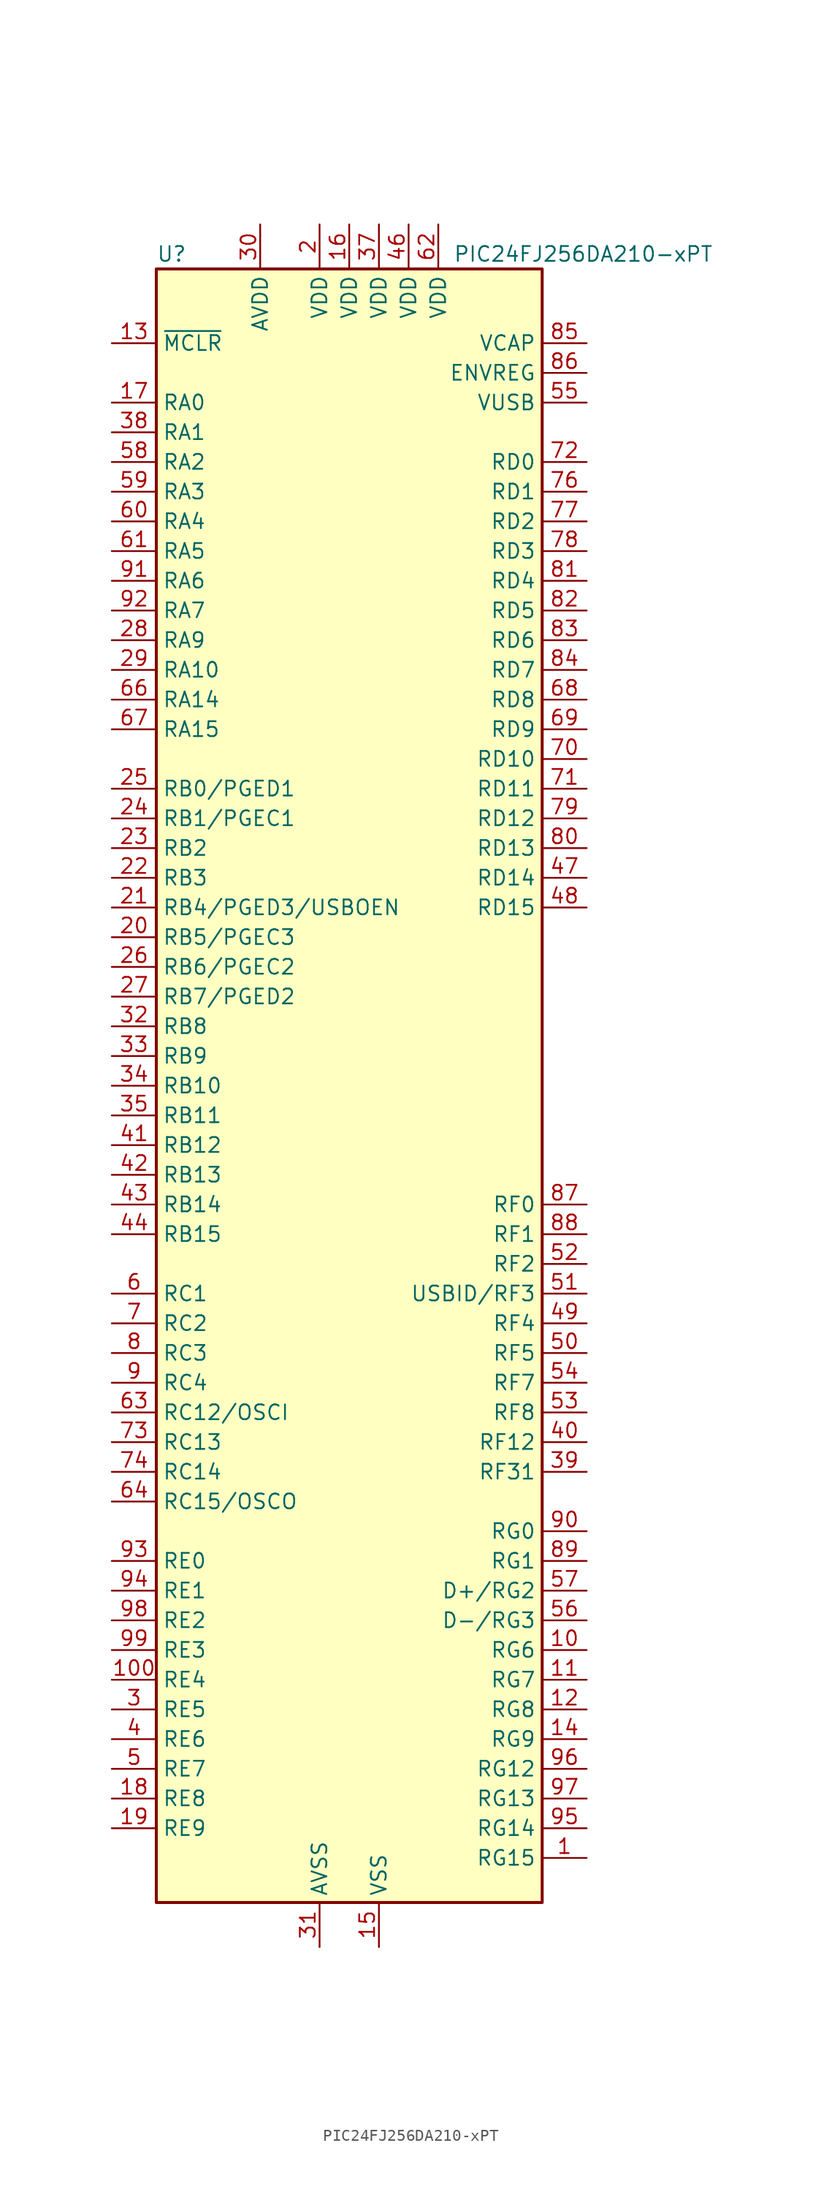
<source format=kicad_sym>
(kicad_symbol_lib
  (version 20231120)
  (generator "kicad_symbol_editor")
  (generator_version "8.0")
  (symbol "PIC24FJ256DA210-xPT"
    (property "Reference" "U"
      (at -16.51 71.12 0)
      (effects (font (size 1.27 1.27)) (justify left)))
    (property "Value" "PIC24FJ256DA210-xPT"
      (at 8.89 71.12 0)
      (effects (font (size 1.27 1.27)) (justify left)))
    (symbol "PIC24FJ256DA210-xPT_1_1"
      (rectangle (start -16.51 69.85) (end 16.51 -69.85) (stroke (width 0.254) (type default)) (fill (type background)))
      (pin bidirectional line (at 20.32 -66.04 180) (length 3.81) (name "RG15" (effects (font (size 1.27 1.27)))) (number "1" (effects (font (size 1.27 1.27)))))
      (pin bidirectional line (at 20.32 -48.26 180) (length 3.81) (name "RG6" (effects (font (size 1.27 1.27)))) (number "10" (effects (font (size 1.27 1.27)))))
      (pin bidirectional line (at -20.32 -50.8 0) (length 3.81) (name "RE4" (effects (font (size 1.27 1.27)))) (number "100" (effects (font (size 1.27 1.27)))))
      (pin bidirectional line (at 20.32 -50.8 180) (length 3.81) (name "RG7" (effects (font (size 1.27 1.27)))) (number "11" (effects (font (size 1.27 1.27)))))
      (pin bidirectional line (at 20.32 -53.34 180) (length 3.81) (name "RG8" (effects (font (size 1.27 1.27)))) (number "12" (effects (font (size 1.27 1.27)))))
      (pin input line (at -20.32 63.5 0) (length 3.81) (name "~{MCLR}" (effects (font (size 1.27 1.27)))) (number "13" (effects (font (size 1.27 1.27)))))
      (pin bidirectional line (at 20.32 -55.88 180) (length 3.81) (name "RG9" (effects (font (size 1.27 1.27)))) (number "14" (effects (font (size 1.27 1.27)))))
      (pin power_in line (at 2.54 -73.66 90) (length 3.81) (name "VSS" (effects (font (size 1.27 1.27)))) (number "15" (effects (font (size 1.27 1.27)))))
      (pin power_in line (at 0 73.66 270) (length 3.81) (name "VDD" (effects (font (size 1.27 1.27)))) (number "16" (effects (font (size 1.27 1.27)))))
      (pin bidirectional line (at -20.32 58.42 0) (length 3.81) (name "RA0" (effects (font (size 1.27 1.27)))) (number "17" (effects (font (size 1.27 1.27)))))
      (pin bidirectional line (at -20.32 -60.96 0) (length 3.81) (name "RE8" (effects (font (size 1.27 1.27)))) (number "18" (effects (font (size 1.27 1.27)))))
      (pin bidirectional line (at -20.32 -63.5 0) (length 3.81) (name "RE9" (effects (font (size 1.27 1.27)))) (number "19" (effects (font (size 1.27 1.27)))))
      (pin power_in line (at -2.54 73.66 270) (length 3.81) (name "VDD" (effects (font (size 1.27 1.27)))) (number "2" (effects (font (size 1.27 1.27)))))
      (pin bidirectional line (at -20.32 12.7 0) (length 3.81) (name "RB5/PGEC3" (effects (font (size 1.27 1.27)))) (number "20" (effects (font (size 1.27 1.27)))))
      (pin bidirectional line (at -20.32 15.24 0) (length 3.81) (name "RB4/PGED3/USBOEN" (effects (font (size 1.27 1.27)))) (number "21" (effects (font (size 1.27 1.27)))))
      (pin bidirectional line (at -20.32 17.78 0) (length 3.81) (name "RB3" (effects (font (size 1.27 1.27)))) (number "22" (effects (font (size 1.27 1.27)))))
      (pin bidirectional line (at -20.32 20.32 0) (length 3.81) (name "RB2" (effects (font (size 1.27 1.27)))) (number "23" (effects (font (size 1.27 1.27)))))
      (pin bidirectional line (at -20.32 22.86 0) (length 3.81) (name "RB1/PGEC1" (effects (font (size 1.27 1.27)))) (number "24" (effects (font (size 1.27 1.27)))))
      (pin bidirectional line (at -20.32 25.4 0) (length 3.81) (name "RB0/PGED1" (effects (font (size 1.27 1.27)))) (number "25" (effects (font (size 1.27 1.27)))))
      (pin bidirectional line (at -20.32 10.16 0) (length 3.81) (name "RB6/PGEC2" (effects (font (size 1.27 1.27)))) (number "26" (effects (font (size 1.27 1.27)))))
      (pin bidirectional line (at -20.32 7.62 0) (length 3.81) (name "RB7/PGED2" (effects (font (size 1.27 1.27)))) (number "27" (effects (font (size 1.27 1.27)))))
      (pin bidirectional line (at -20.32 38.1 0) (length 3.81) (name "RA9" (effects (font (size 1.27 1.27)))) (number "28" (effects (font (size 1.27 1.27)))))
      (pin bidirectional line (at -20.32 35.56 0) (length 3.81) (name "RA10" (effects (font (size 1.27 1.27)))) (number "29" (effects (font (size 1.27 1.27)))))
      (pin bidirectional line (at -20.32 -53.34 0) (length 3.81) (name "RE5" (effects (font (size 1.27 1.27)))) (number "3" (effects (font (size 1.27 1.27)))))
      (pin power_in line (at -7.62 73.66 270) (length 3.81) (name "AVDD" (effects (font (size 1.27 1.27)))) (number "30" (effects (font (size 1.27 1.27)))))
      (pin power_in line (at -2.54 -73.66 90) (length 3.81) (name "AVSS" (effects (font (size 1.27 1.27)))) (number "31" (effects (font (size 1.27 1.27)))))
      (pin bidirectional line (at -20.32 5.08 0) (length 3.81) (name "RB8" (effects (font (size 1.27 1.27)))) (number "32" (effects (font (size 1.27 1.27)))))
      (pin bidirectional line (at -20.32 2.54 0) (length 3.81) (name "RB9" (effects (font (size 1.27 1.27)))) (number "33" (effects (font (size 1.27 1.27)))))
      (pin bidirectional line (at -20.32 0 0) (length 3.81) (name "RB10" (effects (font (size 1.27 1.27)))) (number "34" (effects (font (size 1.27 1.27)))))
      (pin bidirectional line (at -20.32 -2.54 0) (length 3.81) (name "RB11" (effects (font (size 1.27 1.27)))) (number "35" (effects (font (size 1.27 1.27)))))
      (pin passive line (at 2.54 -73.66 90) (length 3.81) hide (name "VSS" (effects (font (size 1.27 1.27)))) (number "36" (effects (font (size 1.27 1.27)))))
      (pin power_in line (at 2.54 73.66 270) (length 3.81) (name "VDD" (effects (font (size 1.27 1.27)))) (number "37" (effects (font (size 1.27 1.27)))))
      (pin bidirectional line (at -20.32 55.88 0) (length 3.81) (name "RA1" (effects (font (size 1.27 1.27)))) (number "38" (effects (font (size 1.27 1.27)))))
      (pin bidirectional line (at 20.32 -33.02 180) (length 3.81) (name "RF31" (effects (font (size 1.27 1.27)))) (number "39" (effects (font (size 1.27 1.27)))))
      (pin bidirectional line (at -20.32 -55.88 0) (length 3.81) (name "RE6" (effects (font (size 1.27 1.27)))) (number "4" (effects (font (size 1.27 1.27)))))
      (pin bidirectional line (at 20.32 -30.48 180) (length 3.81) (name "RF12" (effects (font (size 1.27 1.27)))) (number "40" (effects (font (size 1.27 1.27)))))
      (pin bidirectional line (at -20.32 -5.08 0) (length 3.81) (name "RB12" (effects (font (size 1.27 1.27)))) (number "41" (effects (font (size 1.27 1.27)))))
      (pin bidirectional line (at -20.32 -7.62 0) (length 3.81) (name "RB13" (effects (font (size 1.27 1.27)))) (number "42" (effects (font (size 1.27 1.27)))))
      (pin bidirectional line (at -20.32 -10.16 0) (length 3.81) (name "RB14" (effects (font (size 1.27 1.27)))) (number "43" (effects (font (size 1.27 1.27)))))
      (pin bidirectional line (at -20.32 -12.7 0) (length 3.81) (name "RB15" (effects (font (size 1.27 1.27)))) (number "44" (effects (font (size 1.27 1.27)))))
      (pin passive line (at 2.54 -73.66 90) (length 3.81) hide (name "VSS" (effects (font (size 1.27 1.27)))) (number "45" (effects (font (size 1.27 1.27)))))
      (pin power_in line (at 5.08 73.66 270) (length 3.81) (name "VDD" (effects (font (size 1.27 1.27)))) (number "46" (effects (font (size 1.27 1.27)))))
      (pin bidirectional line (at 20.32 17.78 180) (length 3.81) (name "RD14" (effects (font (size 1.27 1.27)))) (number "47" (effects (font (size 1.27 1.27)))))
      (pin bidirectional line (at 20.32 15.24 180) (length 3.81) (name "RD15" (effects (font (size 1.27 1.27)))) (number "48" (effects (font (size 1.27 1.27)))))
      (pin bidirectional line (at 20.32 -20.32 180) (length 3.81) (name "RF4" (effects (font (size 1.27 1.27)))) (number "49" (effects (font (size 1.27 1.27)))))
      (pin bidirectional line (at -20.32 -58.42 0) (length 3.81) (name "RE7" (effects (font (size 1.27 1.27)))) (number "5" (effects (font (size 1.27 1.27)))))
      (pin bidirectional line (at 20.32 -22.86 180) (length 3.81) (name "RF5" (effects (font (size 1.27 1.27)))) (number "50" (effects (font (size 1.27 1.27)))))
      (pin bidirectional line (at 20.32 -17.78 180) (length 3.81) (name "USBID/RF3" (effects (font (size 1.27 1.27)))) (number "51" (effects (font (size 1.27 1.27)))))
      (pin bidirectional line (at 20.32 -15.24 180) (length 3.81) (name "RF2" (effects (font (size 1.27 1.27)))) (number "52" (effects (font (size 1.27 1.27)))))
      (pin bidirectional line (at 20.32 -27.94 180) (length 3.81) (name "RF8" (effects (font (size 1.27 1.27)))) (number "53" (effects (font (size 1.27 1.27)))))
      (pin bidirectional line (at 20.32 -25.4 180) (length 3.81) (name "RF7" (effects (font (size 1.27 1.27)))) (number "54" (effects (font (size 1.27 1.27)))))
      (pin bidirectional line (at 20.32 58.42 180) (length 3.81) (name "VUSB" (effects (font (size 1.27 1.27)))) (number "55" (effects (font (size 1.27 1.27)))))
      (pin bidirectional line (at 20.32 -45.72 180) (length 3.81) (name "D-/RG3" (effects (font (size 1.27 1.27)))) (number "56" (effects (font (size 1.27 1.27)))))
      (pin bidirectional line (at 20.32 -43.18 180) (length 3.81) (name "D+/RG2" (effects (font (size 1.27 1.27)))) (number "57" (effects (font (size 1.27 1.27)))))
      (pin bidirectional line (at -20.32 53.34 0) (length 3.81) (name "RA2" (effects (font (size 1.27 1.27)))) (number "58" (effects (font (size 1.27 1.27)))))
      (pin bidirectional line (at -20.32 50.8 0) (length 3.81) (name "RA3" (effects (font (size 1.27 1.27)))) (number "59" (effects (font (size 1.27 1.27)))))
      (pin bidirectional line (at -20.32 -17.78 0) (length 3.81) (name "RC1" (effects (font (size 1.27 1.27)))) (number "6" (effects (font (size 1.27 1.27)))))
      (pin bidirectional line (at -20.32 48.26 0) (length 3.81) (name "RA4" (effects (font (size 1.27 1.27)))) (number "60" (effects (font (size 1.27 1.27)))))
      (pin bidirectional line (at -20.32 45.72 0) (length 3.81) (name "RA5" (effects (font (size 1.27 1.27)))) (number "61" (effects (font (size 1.27 1.27)))))
      (pin power_in line (at 7.62 73.66 270) (length 3.81) (name "VDD" (effects (font (size 1.27 1.27)))) (number "62" (effects (font (size 1.27 1.27)))))
      (pin bidirectional line (at -20.32 -27.94 0) (length 3.81) (name "RC12/OSCI" (effects (font (size 1.27 1.27)))) (number "63" (effects (font (size 1.27 1.27)))))
      (pin bidirectional line (at -20.32 -35.56 0) (length 3.81) (name "RC15/OSCO" (effects (font (size 1.27 1.27)))) (number "64" (effects (font (size 1.27 1.27)))))
      (pin passive line (at 2.54 -73.66 90) (length 3.81) hide (name "VSS" (effects (font (size 1.27 1.27)))) (number "65" (effects (font (size 1.27 1.27)))))
      (pin bidirectional line (at -20.32 33.02 0) (length 3.81) (name "RA14" (effects (font (size 1.27 1.27)))) (number "66" (effects (font (size 1.27 1.27)))))
      (pin bidirectional line (at -20.32 30.48 0) (length 3.81) (name "RA15" (effects (font (size 1.27 1.27)))) (number "67" (effects (font (size 1.27 1.27)))))
      (pin bidirectional line (at 20.32 33.02 180) (length 3.81) (name "RD8" (effects (font (size 1.27 1.27)))) (number "68" (effects (font (size 1.27 1.27)))))
      (pin bidirectional line (at 20.32 30.48 180) (length 3.81) (name "RD9" (effects (font (size 1.27 1.27)))) (number "69" (effects (font (size 1.27 1.27)))))
      (pin bidirectional line (at -20.32 -20.32 0) (length 3.81) (name "RC2" (effects (font (size 1.27 1.27)))) (number "7" (effects (font (size 1.27 1.27)))))
      (pin bidirectional line (at 20.32 27.94 180) (length 3.81) (name "RD10" (effects (font (size 1.27 1.27)))) (number "70" (effects (font (size 1.27 1.27)))))
      (pin bidirectional line (at 20.32 25.4 180) (length 3.81) (name "RD11" (effects (font (size 1.27 1.27)))) (number "71" (effects (font (size 1.27 1.27)))))
      (pin bidirectional line (at 20.32 53.34 180) (length 3.81) (name "RD0" (effects (font (size 1.27 1.27)))) (number "72" (effects (font (size 1.27 1.27)))))
      (pin bidirectional line (at -20.32 -30.48 0) (length 3.81) (name "RC13" (effects (font (size 1.27 1.27)))) (number "73" (effects (font (size 1.27 1.27)))))
      (pin bidirectional line (at -20.32 -33.02 0) (length 3.81) (name "RC14" (effects (font (size 1.27 1.27)))) (number "74" (effects (font (size 1.27 1.27)))))
      (pin passive line (at 2.54 -73.66 90) (length 3.81) hide (name "VSS" (effects (font (size 1.27 1.27)))) (number "75" (effects (font (size 1.27 1.27)))))
      (pin bidirectional line (at 20.32 50.8 180) (length 3.81) (name "RD1" (effects (font (size 1.27 1.27)))) (number "76" (effects (font (size 1.27 1.27)))))
      (pin bidirectional line (at 20.32 48.26 180) (length 3.81) (name "RD2" (effects (font (size 1.27 1.27)))) (number "77" (effects (font (size 1.27 1.27)))))
      (pin bidirectional line (at 20.32 45.72 180) (length 3.81) (name "RD3" (effects (font (size 1.27 1.27)))) (number "78" (effects (font (size 1.27 1.27)))))
      (pin bidirectional line (at 20.32 22.86 180) (length 3.81) (name "RD12" (effects (font (size 1.27 1.27)))) (number "79" (effects (font (size 1.27 1.27)))))
      (pin bidirectional line (at -20.32 -22.86 0) (length 3.81) (name "RC3" (effects (font (size 1.27 1.27)))) (number "8" (effects (font (size 1.27 1.27)))))
      (pin bidirectional line (at 20.32 20.32 180) (length 3.81) (name "RD13" (effects (font (size 1.27 1.27)))) (number "80" (effects (font (size 1.27 1.27)))))
      (pin bidirectional line (at 20.32 43.18 180) (length 3.81) (name "RD4" (effects (font (size 1.27 1.27)))) (number "81" (effects (font (size 1.27 1.27)))))
      (pin bidirectional line (at 20.32 40.64 180) (length 3.81) (name "RD5" (effects (font (size 1.27 1.27)))) (number "82" (effects (font (size 1.27 1.27)))))
      (pin bidirectional line (at 20.32 38.1 180) (length 3.81) (name "RD6" (effects (font (size 1.27 1.27)))) (number "83" (effects (font (size 1.27 1.27)))))
      (pin bidirectional line (at 20.32 35.56 180) (length 3.81) (name "RD7" (effects (font (size 1.27 1.27)))) (number "84" (effects (font (size 1.27 1.27)))))
      (pin passive line (at 20.32 63.5 180) (length 3.81) (name "VCAP" (effects (font (size 1.27 1.27)))) (number "85" (effects (font (size 1.27 1.27)))))
      (pin input line (at 20.32 60.96 180) (length 3.81) (name "ENVREG" (effects (font (size 1.27 1.27)))) (number "86" (effects (font (size 1.27 1.27)))))
      (pin bidirectional line (at 20.32 -10.16 180) (length 3.81) (name "RF0" (effects (font (size 1.27 1.27)))) (number "87" (effects (font (size 1.27 1.27)))))
      (pin bidirectional line (at 20.32 -12.7 180) (length 3.81) (name "RF1" (effects (font (size 1.27 1.27)))) (number "88" (effects (font (size 1.27 1.27)))))
      (pin bidirectional line (at 20.32 -40.64 180) (length 3.81) (name "RG1" (effects (font (size 1.27 1.27)))) (number "89" (effects (font (size 1.27 1.27)))))
      (pin bidirectional line (at -20.32 -25.4 0) (length 3.81) (name "RC4" (effects (font (size 1.27 1.27)))) (number "9" (effects (font (size 1.27 1.27)))))
      (pin bidirectional line (at 20.32 -38.1 180) (length 3.81) (name "RG0" (effects (font (size 1.27 1.27)))) (number "90" (effects (font (size 1.27 1.27)))))
      (pin bidirectional line (at -20.32 43.18 0) (length 3.81) (name "RA6" (effects (font (size 1.27 1.27)))) (number "91" (effects (font (size 1.27 1.27)))))
      (pin bidirectional line (at -20.32 40.64 0) (length 3.81) (name "RA7" (effects (font (size 1.27 1.27)))) (number "92" (effects (font (size 1.27 1.27)))))
      (pin bidirectional line (at -20.32 -40.64 0) (length 3.81) (name "RE0" (effects (font (size 1.27 1.27)))) (number "93" (effects (font (size 1.27 1.27)))))
      (pin bidirectional line (at -20.32 -43.18 0) (length 3.81) (name "RE1" (effects (font (size 1.27 1.27)))) (number "94" (effects (font (size 1.27 1.27)))))
      (pin bidirectional line (at 20.32 -63.5 180) (length 3.81) (name "RG14" (effects (font (size 1.27 1.27)))) (number "95" (effects (font (size 1.27 1.27)))))
      (pin bidirectional line (at 20.32 -58.42 180) (length 3.81) (name "RG12" (effects (font (size 1.27 1.27)))) (number "96" (effects (font (size 1.27 1.27)))))
      (pin bidirectional line (at 20.32 -60.96 180) (length 3.81) (name "RG13" (effects (font (size 1.27 1.27)))) (number "97" (effects (font (size 1.27 1.27)))))
      (pin bidirectional line (at -20.32 -45.72 0) (length 3.81) (name "RE2" (effects (font (size 1.27 1.27)))) (number "98" (effects (font (size 1.27 1.27)))))
      (pin bidirectional line (at -20.32 -48.26 0) (length 3.81) (name "RE3" (effects (font (size 1.27 1.27)))) (number "99" (effects (font (size 1.27 1.27))))))))
</source>
